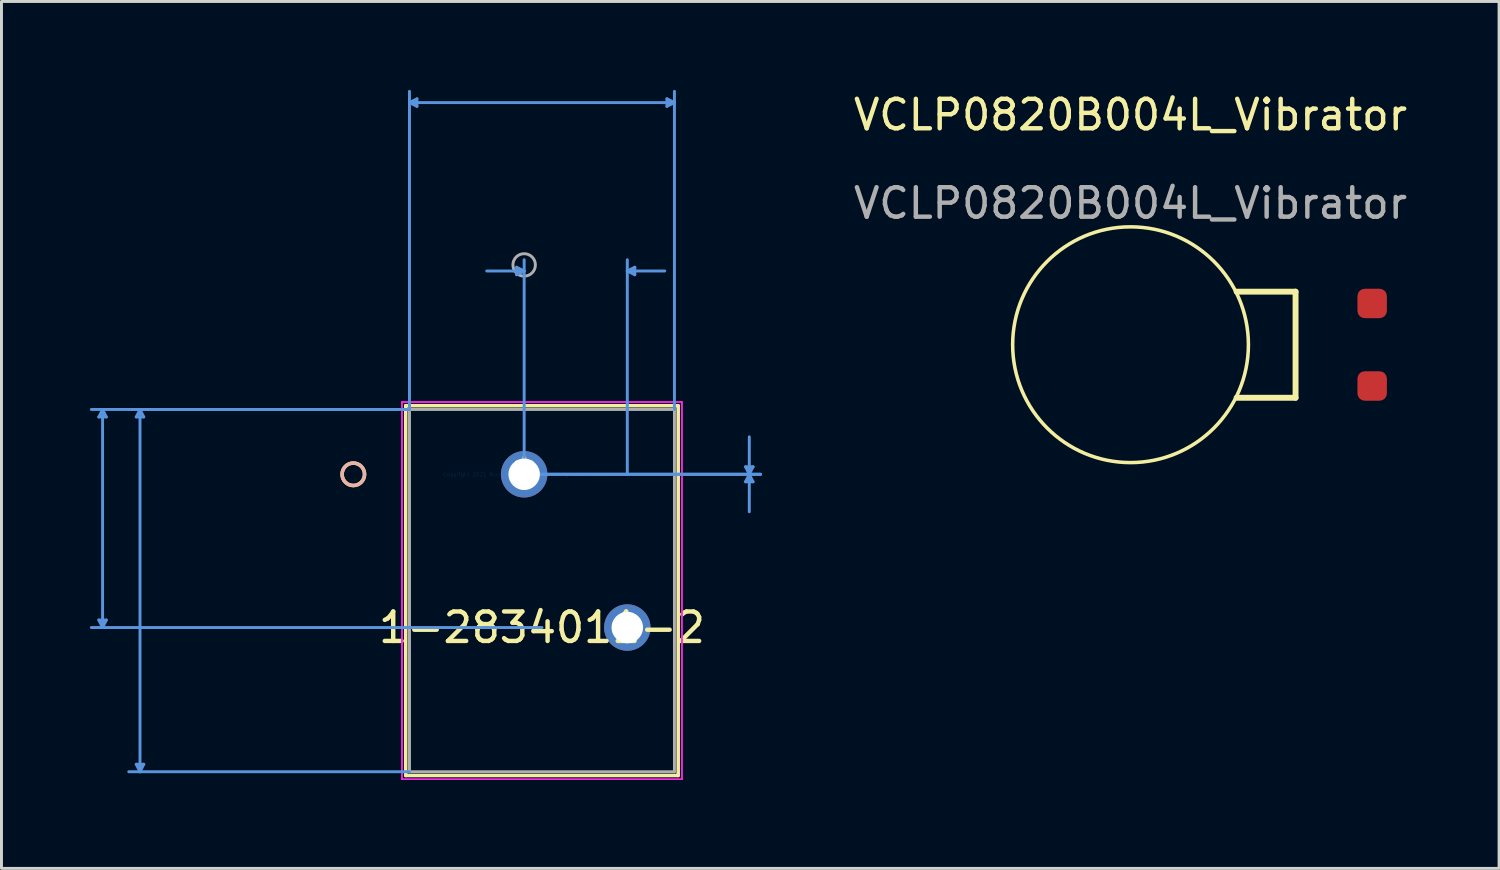
<source format=kicad_pcb>
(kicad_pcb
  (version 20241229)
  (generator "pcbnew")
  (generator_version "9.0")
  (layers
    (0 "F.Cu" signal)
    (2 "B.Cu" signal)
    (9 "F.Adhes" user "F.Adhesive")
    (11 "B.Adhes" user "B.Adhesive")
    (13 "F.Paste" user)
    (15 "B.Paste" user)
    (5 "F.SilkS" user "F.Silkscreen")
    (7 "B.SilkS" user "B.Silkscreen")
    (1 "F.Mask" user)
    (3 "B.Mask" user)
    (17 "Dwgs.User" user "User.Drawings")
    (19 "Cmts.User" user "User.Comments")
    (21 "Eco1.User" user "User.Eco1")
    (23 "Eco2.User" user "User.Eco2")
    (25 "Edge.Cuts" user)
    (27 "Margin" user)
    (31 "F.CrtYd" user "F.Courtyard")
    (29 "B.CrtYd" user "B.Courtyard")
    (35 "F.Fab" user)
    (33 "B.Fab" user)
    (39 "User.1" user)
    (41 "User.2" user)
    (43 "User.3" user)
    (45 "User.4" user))
  (footprint "VCLP0820B004L_Vibrator"
    (layer "F.Cu")
    (at 35.314 8.648)
    (property "Reference" "VCLP0820B004L_Vibrator" (at 0 -7.8 0) (unlocked yes) (layer "F.SilkS") (effects (font (size 1 1) (thickness 0.15))))
    (attr smd)
    (fp_line (start 5.6 -1.8) (end 3.6 -1.8) (stroke (width 0.2) (type solid)) (layer "F.SilkS"))
    (fp_line (start 5.6 -1.8) (end 5.6 1.8) (stroke (width 0.2) (type solid)) (layer "F.SilkS"))
    (fp_line (start 5.6 1.8) (end 3.6 1.8) (stroke (width 0.2) (type solid)) (layer "F.SilkS"))
    (fp_circle (center 0 0) (end 4 0) (stroke (width 0.12) (type solid)) (fill no) (layer "F.SilkS"))
    (fp_text user "${REFERENCE}" (at 0 -4.8 0) (unlocked yes) (layer "F.Fab") (effects (font (size 1 1) (thickness 0.15))))
    (pad "+" smd roundrect (at 8.2 -1.4) (size 1 1) (layers "F.Cu" "F.Mask" "F.Paste") (roundrect_rratio 0.25))
    (pad "-" smd roundrect (at 8.2 1.4) (size 1 1) (layers "F.Cu" "F.Mask" "F.Paste") (roundrect_rratio 0.25)))
  (footprint "1-2834011-2"
    (layer "F.Cu")
    (at 14.737 13.045)
    (property "Reference" "1-2834011-2" (at 0.604 5.2 0) (layer "F.SilkS") (effects (font (size 1 1) (thickness 0.15))))
    (attr through_hole)
    (fp_line (start -4.019 -2.327) (end -4.019 10.221) (stroke (width 0.12) (type solid)) (layer "F.SilkS"))
    (fp_line (start -4.019 10.221) (end 5.227 10.221) (stroke (width 0.12) (type solid)) (layer "F.SilkS"))
    (fp_line (start 5.227 -2.327) (end -4.019 -2.327) (stroke (width 0.12) (type solid)) (layer "F.SilkS"))
    (fp_line (start 5.227 10.221) (end 5.227 -2.327) (stroke (width 0.12) (type solid)) (layer "F.SilkS"))
    (fp_circle (center -5.797 0) (end -5.416 0) (stroke (width 0.12) (type solid)) (fill no) (layer "F.SilkS"))
    (fp_circle (center -5.797 0) (end -5.416 0) (stroke (width 0.12) (type solid)) (fill no) (layer "B.SilkS"))
    (fp_line (start -14.433 -1.946) (end -14.179 -1.946) (stroke (width 0.1) (type solid)) (layer "Cmts.User"))
    (fp_line (start -14.433 4.946) (end -14.179 4.946) (stroke (width 0.1) (type solid)) (layer "Cmts.User"))
    (fp_line (start -14.306 -2.2) (end -14.433 -1.946) (stroke (width 0.1) (type solid)) (layer "Cmts.User"))
    (fp_line (start -14.306 -2.2) (end -14.306 5.2) (stroke (width 0.1) (type solid)) (layer "Cmts.User"))
    (fp_line (start -14.306 -2.2) (end -14.179 -1.946) (stroke (width 0.1) (type solid)) (layer "Cmts.User"))
    (fp_line (start -14.306 5.2) (end -14.433 4.946) (stroke (width 0.1) (type solid)) (layer "Cmts.User"))
    (fp_line (start -14.306 5.2) (end -14.179 4.946) (stroke (width 0.1) (type solid)) (layer "Cmts.User"))
    (fp_line (start -13.163 -1.946) (end -12.909 -1.946) (stroke (width 0.1) (type solid)) (layer "Cmts.User"))
    (fp_line (start -13.163 9.84) (end -12.909 9.84) (stroke (width 0.1) (type solid)) (layer "Cmts.User"))
    (fp_line (start -13.036 -2.2) (end -13.163 -1.946) (stroke (width 0.1) (type solid)) (layer "Cmts.User"))
    (fp_line (start -13.036 -2.2) (end -13.036 10.094) (stroke (width 0.1) (type solid)) (layer "Cmts.User"))
    (fp_line (start -13.036 -2.2) (end -12.909 -1.946) (stroke (width 0.1) (type solid)) (layer "Cmts.User"))
    (fp_line (start -13.036 10.094) (end -13.163 9.84) (stroke (width 0.1) (type solid)) (layer "Cmts.User"))
    (fp_line (start -13.036 10.094) (end -12.909 9.84) (stroke (width 0.1) (type solid)) (layer "Cmts.User"))
    (fp_line (start -3.892 -12.614) (end -3.638 -12.741) (stroke (width 0.1) (type solid)) (layer "Cmts.User"))
    (fp_line (start -3.892 -12.614) (end -3.638 -12.487) (stroke (width 0.1) (type solid)) (layer "Cmts.User"))
    (fp_line (start -3.892 -12.614) (end 5.1 -12.614) (stroke (width 0.1) (type solid)) (layer "Cmts.User"))
    (fp_line (start -3.892 -2.2) (end -14.687 -2.2) (stroke (width 0.1) (type solid)) (layer "Cmts.User"))
    (fp_line (start -3.892 -2.2) (end -13.417 -2.2) (stroke (width 0.1) (type solid)) (layer "Cmts.User"))
    (fp_line (start -3.892 -2.2) (end -3.892 -12.995) (stroke (width 0.1) (type solid)) (layer "Cmts.User"))
    (fp_line (start -3.892 10.094) (end -13.417 10.094) (stroke (width 0.1) (type solid)) (layer "Cmts.User"))
    (fp_line (start -3.638 -12.741) (end -3.638 -12.487) (stroke (width 0.1) (type solid)) (layer "Cmts.User"))
    (fp_line (start -0.254 -7.026) (end -0.254 -6.772) (stroke (width 0.1) (type solid)) (layer "Cmts.User"))
    (fp_line (start 0 -6.899) (end -1.27 -6.899) (stroke (width 0.1) (type solid)) (layer "Cmts.User"))
    (fp_line (start 0 -6.899) (end -0.254 -7.026) (stroke (width 0.1) (type solid)) (layer "Cmts.User"))
    (fp_line (start 0 -6.899) (end -0.254 -6.772) (stroke (width 0.1) (type solid)) (layer "Cmts.User"))
    (fp_line (start 0 0) (end 0 -7.28) (stroke (width 0.1) (type solid)) (layer "Cmts.User"))
    (fp_line (start 0 0) (end 8.021 0) (stroke (width 0.1) (type solid)) (layer "Cmts.User"))
    (fp_line (start 0 0) (end 8.021 0) (stroke (width 0.1) (type solid)) (layer "Cmts.User"))
    (fp_line (start 0.604 5.2) (end -14.687 5.2) (stroke (width 0.1) (type solid)) (layer "Cmts.User"))
    (fp_line (start 3.5 -6.899) (end 3.754 -7.026) (stroke (width 0.1) (type solid)) (layer "Cmts.User"))
    (fp_line (start 3.5 -6.899) (end 3.754 -6.772) (stroke (width 0.1) (type solid)) (layer "Cmts.User"))
    (fp_line (start 3.5 -6.899) (end 4.77 -6.899) (stroke (width 0.1) (type solid)) (layer "Cmts.User"))
    (fp_line (start 3.5 0) (end 3.5 -7.28) (stroke (width 0.1) (type solid)) (layer "Cmts.User"))
    (fp_line (start 3.754 -7.026) (end 3.754 -6.772) (stroke (width 0.1) (type solid)) (layer "Cmts.User"))
    (fp_line (start 4.846 -12.741) (end 4.846 -12.487) (stroke (width 0.1) (type solid)) (layer "Cmts.User"))
    (fp_line (start 5.1 -12.614) (end 4.846 -12.741) (stroke (width 0.1) (type solid)) (layer "Cmts.User"))
    (fp_line (start 5.1 -12.614) (end 4.846 -12.487) (stroke (width 0.1) (type solid)) (layer "Cmts.User"))
    (fp_line (start 5.1 -2.2) (end 5.1 -12.995) (stroke (width 0.1) (type solid)) (layer "Cmts.User"))
    (fp_line (start 7.513 -0.254) (end 7.767 -0.254) (stroke (width 0.1) (type solid)) (layer "Cmts.User"))
    (fp_line (start 7.513 0.254) (end 7.767 0.254) (stroke (width 0.1) (type solid)) (layer "Cmts.User"))
    (fp_line (start 7.64 0) (end 7.513 -0.254) (stroke (width 0.1) (type solid)) (layer "Cmts.User"))
    (fp_line (start 7.64 0) (end 7.513 0.254) (stroke (width 0.1) (type solid)) (layer "Cmts.User"))
    (fp_line (start 7.64 0) (end 7.64 -1.27) (stroke (width 0.1) (type solid)) (layer "Cmts.User"))
    (fp_line (start 7.64 0) (end 7.64 1.27) (stroke (width 0.1) (type solid)) (layer "Cmts.User"))
    (fp_line (start 7.64 0) (end 7.767 -0.254) (stroke (width 0.1) (type solid)) (layer "Cmts.User"))
    (fp_line (start 7.64 0) (end 7.767 0.254) (stroke (width 0.1) (type solid)) (layer "Cmts.User"))
    (fp_line (start -4.146 -2.454) (end -4.146 10.348) (stroke (width 0.05) (type solid)) (layer "F.CrtYd"))
    (fp_line (start -4.146 -2.454) (end -4.146 10.348) (stroke (width 0.05) (type solid)) (layer "F.CrtYd"))
    (fp_line (start -4.146 10.348) (end 5.354 10.348) (stroke (width 0.05) (type solid)) (layer "F.CrtYd"))
    (fp_line (start -4.146 10.348) (end 5.354 10.348) (stroke (width 0.05) (type solid)) (layer "F.CrtYd"))
    (fp_line (start 5.354 -2.454) (end -4.146 -2.454) (stroke (width 0.05) (type solid)) (layer "F.CrtYd"))
    (fp_line (start 5.354 -2.454) (end -4.146 -2.454) (stroke (width 0.05) (type solid)) (layer "F.CrtYd"))
    (fp_line (start 5.354 10.348) (end 5.354 -2.454) (stroke (width 0.05) (type solid)) (layer "F.CrtYd"))
    (fp_line (start 5.354 10.348) (end 5.354 -2.454) (stroke (width 0.05) (type solid)) (layer "F.CrtYd"))
    (fp_line (start -3.892 -2.2) (end -3.892 10.094) (stroke (width 0.1) (type solid)) (layer "F.Fab"))
    (fp_line (start -3.892 10.094) (end 5.1 10.094) (stroke (width 0.1) (type solid)) (layer "F.Fab"))
    (fp_line (start 5.1 -2.2) (end -3.892 -2.2) (stroke (width 0.1) (type solid)) (layer "F.Fab"))
    (fp_line (start 5.1 10.094) (end 5.1 -2.2) (stroke (width 0.1) (type solid)) (layer "F.Fab"))
    (fp_circle (center 0 -7.105) (end 0.381 -7.105) (stroke (width 0.1) (type solid)) (fill no) (layer "F.Fab"))
    (fp_text user "*" (at 0 0 0) (layer "F.SilkS") (effects (font (size 1 1) (thickness 0.15))))
    (fp_text user "Copyright 2021 Accelerated Designs. All rights reserved." (at 0 0 0) (layer "Cmts.User") (effects (font (size 0.127 0.127) (thickness 0.002))))
    (fp_text user "*" (at 0 0 0) (layer "F.Fab") (effects (font (size 1 1) (thickness 0.15))))
    (pad "1" thru_hole circle (at -0.000001 0) (size 1.575 1.575) (drill 1.067) (layers "*.Cu" "*.Mask"))
    (pad "2" thru_hole circle (at 3.5 5.2) (size 1.575 1.575) (drill 1.067) (layers "*.Cu" "*.Mask")))
  (gr_rect
    (start -3 -3)
    (end 47.82 26.418)
    (stroke (width 0.1) (type default))
    (fill no)
    (layer "Edge.Cuts")))
</source>
